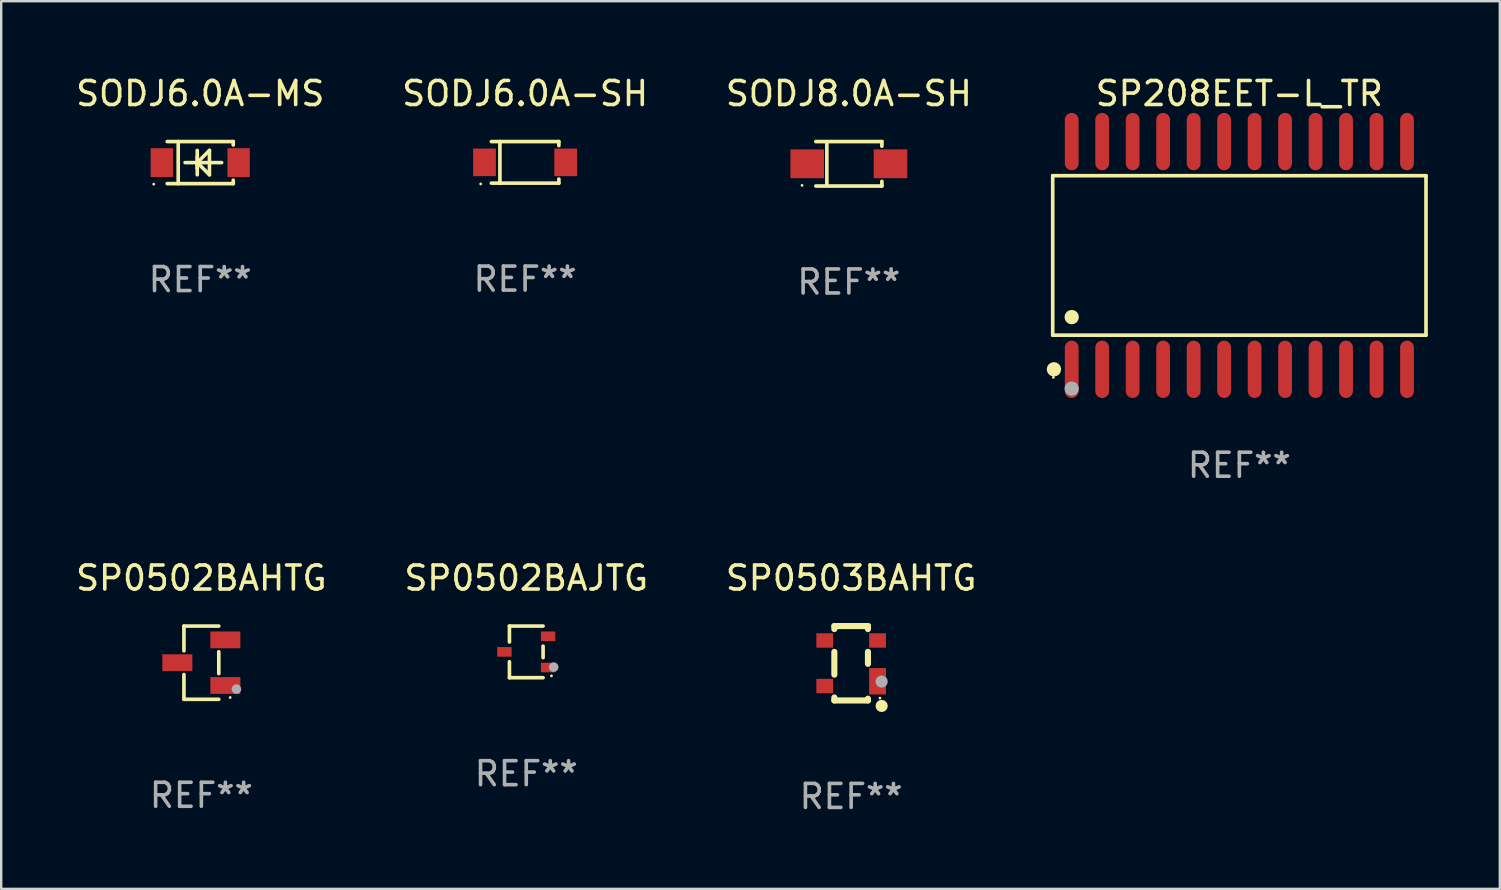
<source format=kicad_pcb>
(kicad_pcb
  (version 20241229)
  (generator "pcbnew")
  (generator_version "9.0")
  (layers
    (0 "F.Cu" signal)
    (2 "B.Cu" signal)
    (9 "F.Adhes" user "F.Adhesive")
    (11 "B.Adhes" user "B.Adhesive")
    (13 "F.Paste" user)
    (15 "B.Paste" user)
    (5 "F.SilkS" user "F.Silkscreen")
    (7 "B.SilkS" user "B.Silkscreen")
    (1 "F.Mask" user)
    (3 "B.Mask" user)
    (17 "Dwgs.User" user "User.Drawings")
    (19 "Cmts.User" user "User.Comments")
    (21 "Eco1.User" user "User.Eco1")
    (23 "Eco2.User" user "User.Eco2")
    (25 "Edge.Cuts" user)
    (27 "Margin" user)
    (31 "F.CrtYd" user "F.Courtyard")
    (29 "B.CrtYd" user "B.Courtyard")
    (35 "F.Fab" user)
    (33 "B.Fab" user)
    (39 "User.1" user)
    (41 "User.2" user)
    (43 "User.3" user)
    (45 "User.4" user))
  (footprint "SODJ8.0A-SH"
    (layer "F.Cu")
    (at 32.315 3.774)
    (property "Reference" "SODJ8.0A-SH" (at 0 -2.926 0) (layer "F.SilkS") (effects (font (size 1 1) (thickness 0.15))))
    (attr through_hole)
    (fp_line (start -1.376 -0.926) (end 1.376 -0.926) (stroke (width 0.152) (type solid)) (layer "F.SilkS"))
    (fp_line (start -1.376 0.926) (end 1.376 0.926) (stroke (width 0.152) (type solid)) (layer "F.SilkS"))
    (fp_line (start -0.917 -0.876) (end -0.917 0.876) (stroke (width 0.152) (type solid)) (layer "F.SilkS"))
    (fp_line (start 1.376 -0.926) (end 1.376 -0.733) (stroke (width 0.152) (type solid)) (layer "F.SilkS"))
    (fp_line (start 1.376 0.926) (end 1.376 0.733) (stroke (width 0.152) (type solid)) (layer "F.SilkS"))
    (fp_circle (center -1.95 0.9) (end -1.92 0.9) (stroke (width 0.06) (type solid)) (fill no) (layer "F.SilkS"))
    (fp_text user "REF**" (at 0 4.926 0) (layer "F.Fab") (effects (font (size 1 1) (thickness 0.15))))
    (pad "1" smd rect (at -1.735 0) (size 1.4 1.2) (layers "F.Cu" "F.Mask" "F.Paste"))
    (pad "2" smd rect (at 1.735 0) (size 1.4 1.2) (layers "F.Cu" "F.Mask" "F.Paste")))
  (footprint "SP0502BAJTG"
    (layer "F.Cu")
    (at 18.875 24.109)
    (property "Reference" "SP0502BAJTG" (at 0 -3.076 0) (layer "F.SilkS") (effects (font (size 1 1) (thickness 0.15))))
    (attr through_hole)
    (fp_line (start -0.701 -1.076) (end -0.701 -0.411) (stroke (width 0.152) (type solid)) (layer "F.SilkS"))
    (fp_line (start -0.701 1.076) (end -0.701 0.411) (stroke (width 0.152) (type solid)) (layer "F.SilkS"))
    (fp_line (start 0.701 -1.076) (end -0.701 -1.076) (stroke (width 0.152) (type solid)) (layer "F.SilkS"))
    (fp_line (start 0.701 -0.239) (end 0.701 0.239) (stroke (width 0.152) (type solid)) (layer "F.SilkS"))
    (fp_line (start 0.701 1.076) (end -0.701 1.076) (stroke (width 0.152) (type solid)) (layer "F.SilkS"))
    (fp_circle (center 1.05 1) (end 1.08 1) (stroke (width 0.06) (type solid)) (fill no) (layer "F.SilkS"))
    (fp_circle (center 1.143 0.635) (end 1.243 0.635) (stroke (width 0.2) (type solid)) (fill no) (layer "F.Fab"))
    (fp_text user "REF**" (at 0 5.076 0) (layer "F.Fab") (effects (font (size 1 1) (thickness 0.15))))
    (pad "1" smd rect (at 0.91 0.65) (size 0.6 0.4) (layers "F.Cu" "F.Mask" "F.Paste"))
    (pad "2" smd rect (at 0.91 -0.65) (size 0.6 0.4) (layers "F.Cu" "F.Mask" "F.Paste"))
    (pad "3" smd rect (at -0.91 0) (size 0.6 0.4) (layers "F.Cu" "F.Mask" "F.Paste")))
  (footprint "SP0503BAHTG"
    (layer "F.Cu")
    (at 32.411 24.583)
    (property "Reference" "SP0503BAHTG" (at 0 -3.55 0) (layer "F.SilkS") (effects (font (size 1 1) (thickness 0.15))))
    (attr through_hole)
    (fp_line (start -0.7 -1.425) (end -0.7 -1.55) (stroke (width 0.254) (type solid)) (layer "F.SilkS"))
    (fp_line (start -0.7 0.475) (end -0.7 -0.475) (stroke (width 0.254) (type solid)) (layer "F.SilkS"))
    (fp_line (start -0.7 1.55) (end -0.7 1.425) (stroke (width 0.254) (type solid)) (layer "F.SilkS"))
    (fp_line (start 0.7 -1.55) (end -0.7 -1.55) (stroke (width 0.254) (type solid)) (layer "F.SilkS"))
    (fp_line (start 0.7 -1.425) (end 0.7 -1.55) (stroke (width 0.254) (type solid)) (layer "F.SilkS"))
    (fp_line (start 0.7 0.025) (end 0.7 -0.475) (stroke (width 0.254) (type solid)) (layer "F.SilkS"))
    (fp_line (start 0.7 1.55) (end -0.7 1.55) (stroke (width 0.254) (type solid)) (layer "F.SilkS"))
    (fp_line (start 0.7 1.55) (end 0.7 1.475) (stroke (width 0.254) (type solid)) (layer "F.SilkS"))
    (fp_circle (center 1.2 1.45) (end 1.23 1.45) (stroke (width 0.06) (type solid)) (fill no) (layer "F.SilkS"))
    (fp_circle (center 1.27 1.778) (end 1.397 1.778) (stroke (width 0.254) (type solid)) (fill no) (layer "F.SilkS"))
    (fp_circle (center 1.27 0.762) (end 1.397 0.762) (stroke (width 0.254) (type solid)) (fill no) (layer "F.Fab"))
    (fp_text user "REF**" (at 0 5.55 0) (layer "F.Fab") (effects (font (size 1 1) (thickness 0.15))))
    (pad "1" smd rect (at 1.1 0.75 90) (size 1.1 0.7) (layers "F.Cu" "F.Mask" "F.Paste"))
    (pad "2" smd rect (at 1.1 -0.95 90) (size 0.6 0.7) (layers "F.Cu" "F.Mask" "F.Paste"))
    (pad "3" smd rect (at -1.1 -0.95 90) (size 0.6 0.7) (layers "F.Cu" "F.Mask" "F.Paste"))
    (pad "4" smd rect (at -1.1 0.95 90) (size 0.6 0.7) (layers "F.Cu" "F.Mask" "F.Paste")))
  (footprint "SP0502BAHTG"
    (layer "F.Cu")
    (at 5.339 24.559)
    (property "Reference" "SP0502BAHTG" (at 0 -3.526 0) (layer "F.SilkS") (effects (font (size 1 1) (thickness 0.15))))
    (attr through_hole)
    (fp_line (start -0.726 -1.526) (end -0.726 -0.495) (stroke (width 0.152) (type solid)) (layer "F.SilkS"))
    (fp_line (start -0.726 1.526) (end -0.726 0.495) (stroke (width 0.152) (type solid)) (layer "F.SilkS"))
    (fp_line (start 0.726 -1.526) (end -0.726 -1.526) (stroke (width 0.152) (type solid)) (layer "F.SilkS"))
    (fp_line (start 0.726 -0.455) (end 0.726 0.455) (stroke (width 0.152) (type solid)) (layer "F.SilkS"))
    (fp_line (start 0.726 1.526) (end -0.726 1.526) (stroke (width 0.152) (type solid)) (layer "F.SilkS"))
    (fp_circle (center 1.2 1.45) (end 1.23 1.45) (stroke (width 0.06) (type solid)) (fill no) (layer "F.SilkS"))
    (fp_circle (center 1.46 1.1) (end 1.56 1.1) (stroke (width 0.2) (type solid)) (fill no) (layer "F.Fab"))
    (fp_text user "REF**" (at 0 5.526 0) (layer "F.Fab") (effects (font (size 1 1) (thickness 0.15))))
    (pad "1" smd rect (at 1 0.95) (size 1.25 0.7) (layers "F.Cu" "F.Mask" "F.Paste"))
    (pad "2" smd rect (at 1 -0.95) (size 1.25 0.7) (layers "F.Cu" "F.Mask" "F.Paste"))
    (pad "3" smd rect (at -1 0) (size 1.25 0.7) (layers "F.Cu" "F.Mask" "F.Paste")))
  (footprint "SODJ6.0A-SH"
    (layer "F.Cu")
    (at 18.827 3.714)
    (property "Reference" "SODJ6.0A-SH" (at 0 -2.866 0) (layer "F.SilkS") (effects (font (size 1 1) (thickness 0.15))))
    (attr through_hole)
    (fp_line (start -1.406 -0.866) (end 1.406 -0.866) (stroke (width 0.152) (type solid)) (layer "F.SilkS"))
    (fp_line (start -1.406 0.866) (end 1.406 0.866) (stroke (width 0.152) (type solid)) (layer "F.SilkS"))
    (fp_line (start -1.049 -0.866) (end -1.049 0.866) (stroke (width 0.152) (type solid)) (layer "F.SilkS"))
    (fp_line (start 1.406 -0.866) (end 1.406 -0.698) (stroke (width 0.152) (type solid)) (layer "F.SilkS"))
    (fp_line (start 1.406 0.866) (end 1.406 0.698) (stroke (width 0.152) (type solid)) (layer "F.SilkS"))
    (fp_circle (center -1.851 0.9) (end -1.821 0.9) (stroke (width 0.06) (type solid)) (fill no) (layer "F.SilkS"))
    (fp_text user "REF**" (at 0 4.866 0) (layer "F.Fab") (effects (font (size 1 1) (thickness 0.15))))
    (pad "1" smd rect (at -1.692 0) (size 0.95 1.15) (layers "F.Cu" "F.Mask" "F.Paste"))
    (pad "2" smd rect (at 1.692 0) (size 0.95 1.15) (layers "F.Cu" "F.Mask" "F.Paste")))
  (footprint "SODJ6.0A-MS"
    (layer "F.Cu")
    (at 5.292 3.724)
    (property "Reference" "SODJ6.0A-MS" (at 0 -2.876 0) (layer "F.SilkS") (effects (font (size 1 1) (thickness 0.15))))
    (attr through_hole)
    (fp_line (start -1.376 -0.876) (end 1.376 -0.876) (stroke (width 0.152) (type solid)) (layer "F.SilkS"))
    (fp_line (start -1.376 0.876) (end 1.376 0.876) (stroke (width 0.152) (type solid)) (layer "F.SilkS"))
    (fp_line (start -0.917 -0.876) (end -0.917 0.876) (stroke (width 0.152) (type solid)) (layer "F.SilkS"))
    (fp_line (start -0.632 0) (end 0.892 0) (stroke (width 0.15) (type solid)) (layer "F.SilkS"))
    (fp_line (start -0.124 -0.508) (end -0.124 0.508) (stroke (width 0.15) (type solid)) (layer "F.SilkS"))
    (fp_line (start -0.124 0) (end 0.384 -0.508) (stroke (width 0.15) (type solid)) (layer "F.SilkS"))
    (fp_line (start -0.124 0) (end 0.384 0.508) (stroke (width 0.15) (type solid)) (layer "F.SilkS"))
    (fp_line (start -0.124 0.254) (end -0.124 -0.254) (stroke (width 0.15) (type solid)) (layer "F.SilkS"))
    (fp_line (start 0.384 0.508) (end 0.384 -0.508) (stroke (width 0.15) (type solid)) (layer "F.SilkS"))
    (fp_line (start 1.376 -0.876) (end 1.375 -0.735) (stroke (width 0.152) (type solid)) (layer "F.SilkS"))
    (fp_line (start 1.376 0.876) (end 1.375 0.735) (stroke (width 0.152) (type solid)) (layer "F.SilkS"))
    (fp_circle (center -1.937 0.9) (end -1.907 0.9) (stroke (width 0.06) (type solid)) (fill no) (layer "F.SilkS"))
    (fp_text user "REF**" (at 0 4.876 0) (layer "F.Fab") (effects (font (size 1 1) (thickness 0.15))))
    (pad "1" smd rect (at -1.6 0 180) (size 0.93 1.2) (layers "F.Cu" "F.Mask" "F.Paste"))
    (pad "2" smd rect (at 1.6 0 180) (size 0.93 1.2) (layers "F.Cu" "F.Mask" "F.Paste")))
  (footprint "SP208EET-L_TR"
    (layer "F.Cu")
    (at 48.584 7.592)
    (property "Reference" "SP208EET-L_TR" (at 0 -6.744 0) (layer "F.SilkS") (effects (font (size 1 1) (thickness 0.15))))
    (attr through_hole)
    (fp_line (start -7.776 -3.321) (end 7.776 -3.321) (stroke (width 0.152) (type solid)) (layer "F.SilkS"))
    (fp_line (start -7.776 3.321) (end -7.776 -3.321) (stroke (width 0.152) (type solid)) (layer "F.SilkS"))
    (fp_line (start 7.776 -3.321) (end 7.776 3.321) (stroke (width 0.152) (type solid)) (layer "F.SilkS"))
    (fp_line (start 7.776 3.321) (end -7.776 3.321) (stroke (width 0.152) (type solid)) (layer "F.SilkS"))
    (fp_circle (center -7.747 5.08) (end -7.717 5.08) (stroke (width 0.06) (type solid)) (fill no) (layer "F.SilkS"))
    (fp_circle (center -7.724 4.744) (end -7.574 4.744) (stroke (width 0.3) (type solid)) (fill no) (layer "F.SilkS"))
    (fp_circle (center -6.985 2.569) (end -6.835 2.569) (stroke (width 0.3) (type solid)) (fill no) (layer "F.SilkS"))
    (fp_circle (center -6.985 5.55) (end -6.835 5.55) (stroke (width 0.3) (type solid)) (fill no) (layer "F.Fab"))
    (fp_text user "REF**" (at 0 8.744 0) (layer "F.Fab") (effects (font (size 1 1) (thickness 0.15))))
    (pad "1" smd oval (at -6.985 4.744) (size 0.574 2.388) (layers "F.Cu" "F.Mask" "F.Paste"))
    (pad "2" smd oval (at -5.715 4.744) (size 0.574 2.388) (layers "F.Cu" "F.Mask" "F.Paste"))
    (pad "3" smd oval (at -4.445 4.744) (size 0.574 2.388) (layers "F.Cu" "F.Mask" "F.Paste"))
    (pad "4" smd oval (at -3.175 4.744) (size 0.574 2.388) (layers "F.Cu" "F.Mask" "F.Paste"))
    (pad "5" smd oval (at -1.905 4.744) (size 0.574 2.388) (layers "F.Cu" "F.Mask" "F.Paste"))
    (pad "6" smd oval (at -0.635 4.744) (size 0.574 2.388) (layers "F.Cu" "F.Mask" "F.Paste"))
    (pad "7" smd oval (at 0.635 4.744) (size 0.574 2.388) (layers "F.Cu" "F.Mask" "F.Paste"))
    (pad "8" smd oval (at 1.905 4.744) (size 0.574 2.388) (layers "F.Cu" "F.Mask" "F.Paste"))
    (pad "9" smd oval (at 3.175 4.744) (size 0.574 2.388) (layers "F.Cu" "F.Mask" "F.Paste"))
    (pad "10" smd oval (at 4.445 4.744) (size 0.574 2.388) (layers "F.Cu" "F.Mask" "F.Paste"))
    (pad "11" smd oval (at 5.715 4.744) (size 0.574 2.388) (layers "F.Cu" "F.Mask" "F.Paste"))
    (pad "12" smd oval (at 6.985 4.744) (size 0.574 2.388) (layers "F.Cu" "F.Mask" "F.Paste"))
    (pad "13" smd oval (at 6.985 -4.744) (size 0.574 2.388) (layers "F.Cu" "F.Mask" "F.Paste"))
    (pad "14" smd oval (at 5.715 -4.744) (size 0.574 2.388) (layers "F.Cu" "F.Mask" "F.Paste"))
    (pad "15" smd oval (at 4.445 -4.744) (size 0.574 2.388) (layers "F.Cu" "F.Mask" "F.Paste"))
    (pad "16" smd oval (at 3.175 -4.744) (size 0.574 2.388) (layers "F.Cu" "F.Mask" "F.Paste"))
    (pad "17" smd oval (at 1.905 -4.744) (size 0.574 2.388) (layers "F.Cu" "F.Mask" "F.Paste"))
    (pad "18" smd oval (at 0.635 -4.744) (size 0.574 2.388) (layers "F.Cu" "F.Mask" "F.Paste"))
    (pad "19" smd oval (at -0.635 -4.744) (size 0.574 2.388) (layers "F.Cu" "F.Mask" "F.Paste"))
    (pad "20" smd oval (at -1.905 -4.744) (size 0.574 2.388) (layers "F.Cu" "F.Mask" "F.Paste"))
    (pad "21" smd oval (at -3.175 -4.744) (size 0.574 2.388) (layers "F.Cu" "F.Mask" "F.Paste"))
    (pad "22" smd oval (at -4.445 -4.744) (size 0.574 2.388) (layers "F.Cu" "F.Mask" "F.Paste"))
    (pad "23" smd oval (at -5.715 -4.744) (size 0.574 2.388) (layers "F.Cu" "F.Mask" "F.Paste"))
    (pad "24" smd oval (at -6.985 -4.744) (size 0.574 2.388) (layers "F.Cu" "F.Mask" "F.Paste")))
  (gr_rect
    (start -3 -3)
    (end 59.436 33.981)
    (stroke (width 0.1) (type default))
    (fill no)
    (layer "Edge.Cuts")))
</source>
